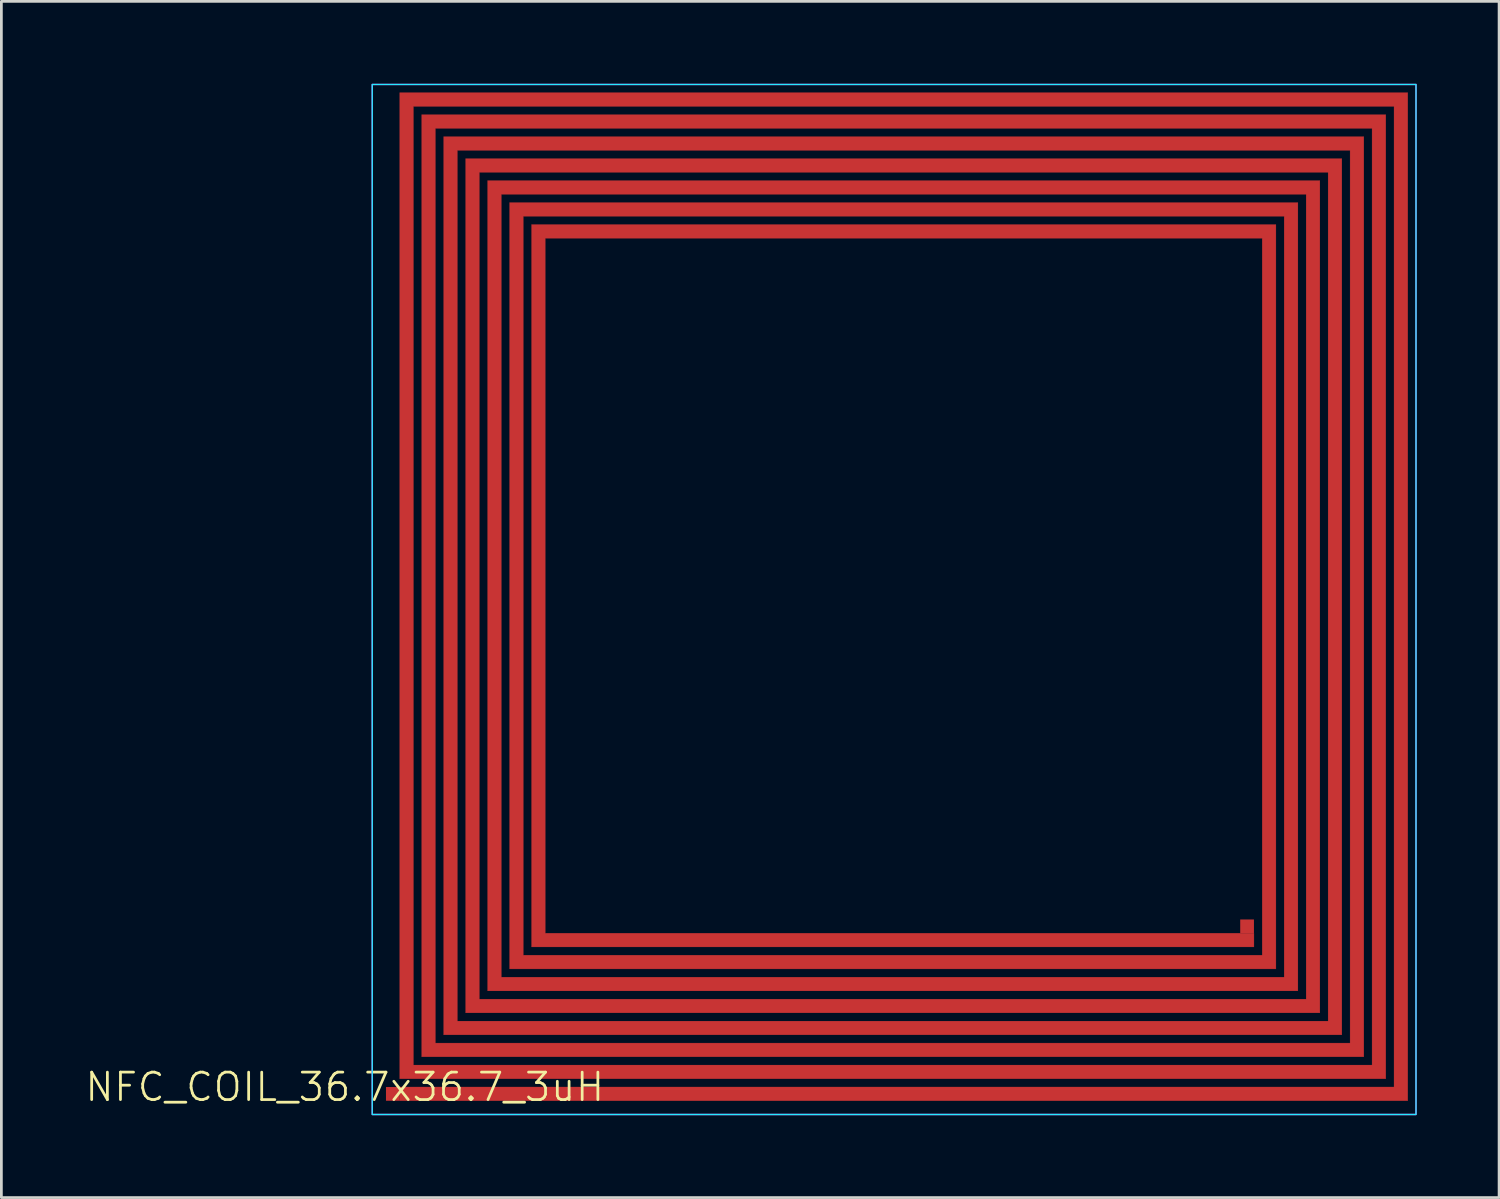
<source format=kicad_pcb>
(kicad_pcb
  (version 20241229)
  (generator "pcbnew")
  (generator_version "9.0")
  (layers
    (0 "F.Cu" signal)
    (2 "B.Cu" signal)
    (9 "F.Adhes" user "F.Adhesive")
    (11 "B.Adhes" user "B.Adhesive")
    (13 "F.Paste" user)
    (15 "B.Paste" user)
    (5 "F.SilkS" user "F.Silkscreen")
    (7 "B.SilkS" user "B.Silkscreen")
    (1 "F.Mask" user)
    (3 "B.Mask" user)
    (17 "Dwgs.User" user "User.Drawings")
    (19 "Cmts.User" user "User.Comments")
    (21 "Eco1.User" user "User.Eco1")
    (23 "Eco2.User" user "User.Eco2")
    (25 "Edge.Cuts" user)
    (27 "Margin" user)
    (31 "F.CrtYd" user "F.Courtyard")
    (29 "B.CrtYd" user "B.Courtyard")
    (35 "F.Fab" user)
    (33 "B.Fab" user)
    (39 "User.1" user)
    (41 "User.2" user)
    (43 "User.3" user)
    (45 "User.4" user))
  (footprint "NFC_COIL_36.7x36.7_3uH"
    (layer "F.Cu")
    (at 11.502 37.025)
    (property "Reference" "NFC_COIL_36.7x36.7_3uH" (at -2 -0.5 0) (unlocked yes) (layer "F.SilkS") (effects (font (size 1 1) (thickness 0.1))))
    (attr smd)
    (fp_poly (pts (xy 0 0) (xy 36.7 0) (xy 36.7 -36.7) (xy 0 -36.7) (xy 0 -0.8) (xy 35.9 -0.8) (xy 35.9 -35.9) (xy 0.8 -35.9) (xy 0.8 -1.6) (xy 35.1 -1.6) (xy 35.1 -35.1) (xy 1.6 -35.1) (xy 1.6 -2.4) (xy 34.3 -2.4) (xy 34.3 -34.3) (xy 2.4 -34.3) (xy 2.4 -3.2) (xy 33.5 -3.2) (xy 33.5 -33.5) (xy 3.2 -33.5) (xy 3.2 -4) (xy 32.7 -4) (xy 32.7 -32.7) (xy 4 -32.7) (xy 4 -4.8) (xy 31.9 -4.8) (xy 31.9 -31.9) (xy 4.8 -31.9) (xy 4.8 -5.6) (xy 31.1 -5.6) (xy 31.1 -6.1) (xy 30.6 -6.1) (xy 5.3 -6.1) (xy 5.3 -31.4) (xy 31.4 -31.4) (xy 31.4 -5.3) (xy 4.5 -5.3) (xy 4.5 -32.2) (xy 32.2 -32.2) (xy 32.2 -4.5) (xy 3.7 -4.5) (xy 3.7 -33) (xy 33 -33) (xy 33 -3.7) (xy 2.9 -3.7) (xy 2.9 -33.8) (xy 33.8 -33.8) (xy 33.8 -2.9) (xy 2.1 -2.9) (xy 2.1 -34.6) (xy 34.6 -34.6) (xy 34.6 -2.1) (xy 1.3 -2.1) (xy 1.3 -35.4) (xy 35.4 -35.4) (xy 35.4 -1.3) (xy 0.5 -1.3) (xy 0.5 -36.2) (xy 36.2 -36.2) (xy 36.2 -0.5) (xy 0 -0.5)) (stroke (width 0.01) (type solid)) (fill yes) (layer "F.Cu"))
    (fp_rect (start -1 -37) (end 37 0.5) (stroke (width 0.05) (type default)) (fill no) (layer "B.CrtYd"))
    (fp_rect (start -1 -37) (end 37 0.5) (stroke (width 0.05) (type default)) (fill no) (layer "F.CrtYd"))
    (pad "1" smd rect (at -0.25 -0.25) (size 0.5 0.5) (layers "F.Cu" "F.Mask" "F.Paste"))
    (pad "2" smd rect (at 30.85 -6.35) (size 0.5 0.5) (layers "F.Cu" "F.Mask" "F.Paste")))
  (gr_rect
    (start -3 -3)
    (end 51.527 40.55)
    (stroke (width 0.1) (type default))
    (fill no)
    (layer "Edge.Cuts")))
</source>
